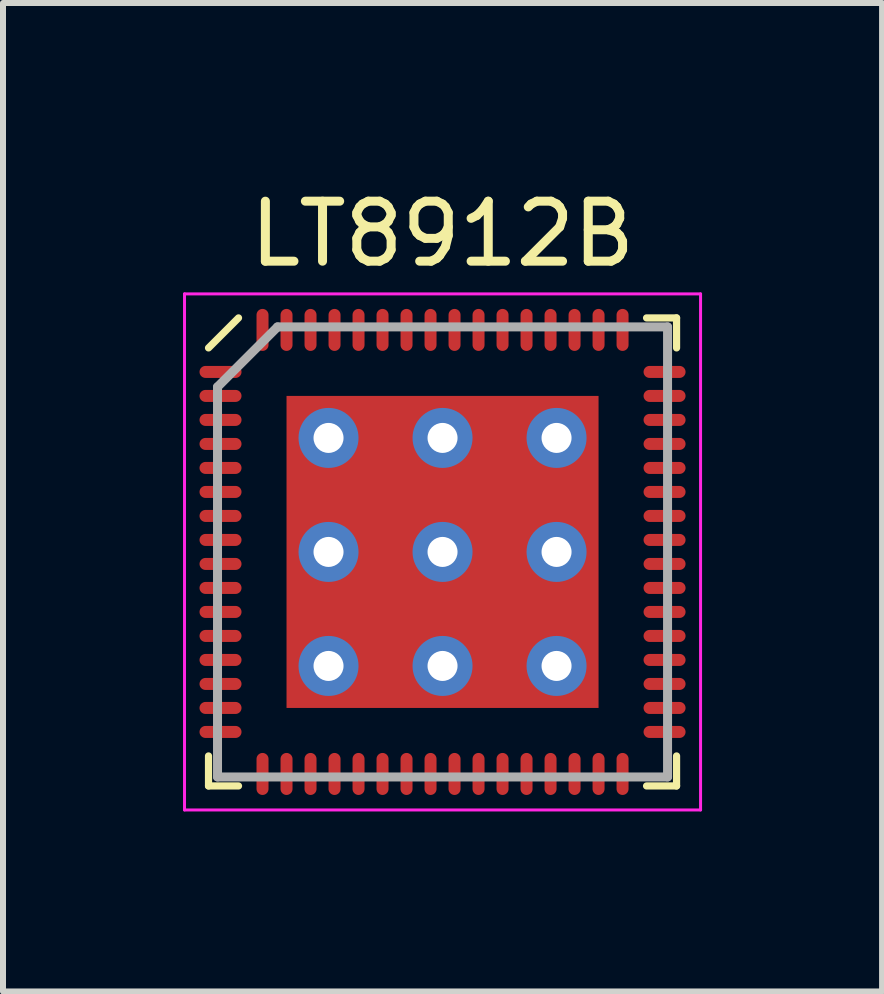
<source format=kicad_pcb>
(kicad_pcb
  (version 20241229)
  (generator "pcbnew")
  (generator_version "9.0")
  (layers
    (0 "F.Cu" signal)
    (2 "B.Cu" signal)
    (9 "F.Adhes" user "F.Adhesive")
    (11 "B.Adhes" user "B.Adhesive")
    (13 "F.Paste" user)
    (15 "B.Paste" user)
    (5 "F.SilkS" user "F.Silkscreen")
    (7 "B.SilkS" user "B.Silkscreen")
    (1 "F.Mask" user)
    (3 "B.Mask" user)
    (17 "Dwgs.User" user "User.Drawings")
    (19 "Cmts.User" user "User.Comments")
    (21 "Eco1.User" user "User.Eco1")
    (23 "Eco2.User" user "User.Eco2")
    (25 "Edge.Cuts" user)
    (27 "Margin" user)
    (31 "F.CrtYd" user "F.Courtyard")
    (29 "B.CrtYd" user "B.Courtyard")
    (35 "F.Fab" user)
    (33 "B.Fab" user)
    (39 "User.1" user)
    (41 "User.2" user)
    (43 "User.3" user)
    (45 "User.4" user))
  (footprint "LT8912B"
    (layer "F.Cu")
    (at 4.325 6.148)
    (property "Reference" "LT8912B" (at 0 -5.3 0) (layer "F.SilkS") (effects (font (size 1 1) (thickness 0.15))))
    (attr smd)
    (fp_line (start -3.9 3.9) (end -3.9 3.4) (stroke (width 0.12) (type default)) (layer "F.SilkS"))
    (fp_line (start -3.4 -3.9) (end -3.9 -3.4) (stroke (width 0.12) (type default)) (layer "F.SilkS"))
    (fp_line (start -3.4 3.9) (end -3.9 3.9) (stroke (width 0.12) (type default)) (layer "F.SilkS"))
    (fp_line (start 3.4 -3.9) (end 3.9 -3.9) (stroke (width 0.12) (type default)) (layer "F.SilkS"))
    (fp_line (start 3.4 3.9) (end 3.9 3.9) (stroke (width 0.12) (type default)) (layer "F.SilkS"))
    (fp_line (start 3.9 -3.9) (end 3.9 -3.4) (stroke (width 0.12) (type default)) (layer "F.SilkS"))
    (fp_line (start 3.9 3.9) (end 3.9 3.4) (stroke (width 0.12) (type default)) (layer "F.SilkS"))
    (fp_poly (pts (xy -2.2 -1.25) (xy -1.6 -1.25) (xy -1.6 -0.65) (xy -2.2 -0.65)) (stroke (width 0.1) (type solid)) (fill yes) (layer "F.Paste"))
    (fp_poly (pts (xy -2.2 0.65) (xy -1.6 0.65) (xy -1.6 1.25) (xy -2.2 1.25)) (stroke (width 0.1) (type solid)) (fill yes) (layer "F.Paste"))
    (fp_poly (pts (xy -1.25 -2.2) (xy -0.65 -2.2) (xy -0.65 -1.6) (xy -1.25 -1.6)) (stroke (width 0.1) (type solid)) (fill yes) (layer "F.Paste"))
    (fp_poly (pts (xy -1.25 -1.25) (xy -0.65 -1.25) (xy -0.65 -0.65) (xy -1.25 -0.65)) (stroke (width 0.1) (type solid)) (fill yes) (layer "F.Paste"))
    (fp_poly (pts (xy -1.25 -0.3) (xy -0.65 -0.3) (xy -0.65 0.3) (xy -1.25 0.3)) (stroke (width 0.1) (type solid)) (fill yes) (layer "F.Paste"))
    (fp_poly (pts (xy -1.25 0.65) (xy -0.65 0.65) (xy -0.65 1.25) (xy -1.25 1.25)) (stroke (width 0.1) (type solid)) (fill yes) (layer "F.Paste"))
    (fp_poly (pts (xy -1.25 1.6) (xy -0.65 1.6) (xy -0.65 2.2) (xy -1.25 2.2)) (stroke (width 0.1) (type solid)) (fill yes) (layer "F.Paste"))
    (fp_poly (pts (xy -0.3 -1.25) (xy 0.3 -1.25) (xy 0.3 -0.65) (xy -0.3 -0.65)) (stroke (width 0.1) (type solid)) (fill yes) (layer "F.Paste"))
    (fp_poly (pts (xy -0.3 0.65) (xy 0.3 0.65) (xy 0.3 1.25) (xy -0.3 1.25)) (stroke (width 0.1) (type solid)) (fill yes) (layer "F.Paste"))
    (fp_poly (pts (xy 0.65 -2.2) (xy 1.25 -2.2) (xy 1.25 -1.6) (xy 0.65 -1.6)) (stroke (width 0.1) (type solid)) (fill yes) (layer "F.Paste"))
    (fp_poly (pts (xy 0.65 -1.25) (xy 1.25 -1.25) (xy 1.25 -0.65) (xy 0.65 -0.65)) (stroke (width 0.1) (type solid)) (fill yes) (layer "F.Paste"))
    (fp_poly (pts (xy 0.65 -0.3) (xy 1.25 -0.3) (xy 1.25 0.3) (xy 0.65 0.3)) (stroke (width 0.1) (type solid)) (fill yes) (layer "F.Paste"))
    (fp_poly (pts (xy 0.65 0.65) (xy 1.25 0.65) (xy 1.25 1.25) (xy 0.65 1.25)) (stroke (width 0.1) (type solid)) (fill yes) (layer "F.Paste"))
    (fp_poly (pts (xy 0.65 1.6) (xy 1.25 1.6) (xy 1.25 2.2) (xy 0.65 2.2)) (stroke (width 0.1) (type solid)) (fill yes) (layer "F.Paste"))
    (fp_poly (pts (xy 1.6 -1.25) (xy 2.2 -1.25) (xy 2.2 -0.65) (xy 1.6 -0.65)) (stroke (width 0.1) (type solid)) (fill yes) (layer "F.Paste"))
    (fp_poly (pts (xy 1.6 0.65) (xy 2.2 0.65) (xy 2.2 1.25) (xy 1.6 1.25)) (stroke (width 0.1) (type solid)) (fill yes) (layer "F.Paste"))
    (fp_line (start -4.3 -4.3) (end 4.3 -4.3) (stroke (width 0.05) (type default)) (layer "F.CrtYd"))
    (fp_line (start -4.3 4.3) (end -4.3 -4.3) (stroke (width 0.05) (type default)) (layer "F.CrtYd"))
    (fp_line (start 4.3 -4.3) (end 4.3 4.3) (stroke (width 0.05) (type default)) (layer "F.CrtYd"))
    (fp_line (start 4.3 4.3) (end -4.3 4.3) (stroke (width 0.05) (type default)) (layer "F.CrtYd"))
    (fp_line (start -3.75 -2.75) (end -3.75 3.75) (stroke (width 0.15) (type default)) (layer "F.Fab"))
    (fp_line (start -3.75 3.75) (end 3.75 3.75) (stroke (width 0.15) (type default)) (layer "F.Fab"))
    (fp_line (start -2.75 -3.75) (end -3.75 -2.75) (stroke (width 0.15) (type default)) (layer "F.Fab"))
    (fp_line (start 3.75 -3.75) (end -2.75 -3.75) (stroke (width 0.15) (type default)) (layer "F.Fab"))
    (fp_line (start 3.75 3.75) (end 3.75 -3.75) (stroke (width 0.15) (type default)) (layer "F.Fab"))
    (pad "1" smd oval (at -3.7 -3 90) (size 0.2 0.7) (layers "F.Cu" "F.Mask" "F.Paste"))
    (pad "2" smd oval (at -3.7 -2.6 90) (size 0.2 0.7) (layers "F.Cu" "F.Mask" "F.Paste"))
    (pad "3" smd oval (at -3.7 -2.2 90) (size 0.2 0.7) (layers "F.Cu" "F.Mask" "F.Paste"))
    (pad "4" smd oval (at -3.7 -1.8 90) (size 0.2 0.7) (layers "F.Cu" "F.Mask" "F.Paste"))
    (pad "5" smd oval (at -3.7 -1.4 90) (size 0.2 0.7) (layers "F.Cu" "F.Mask" "F.Paste"))
    (pad "6" smd oval (at -3.7 -1 90) (size 0.2 0.7) (layers "F.Cu" "F.Mask" "F.Paste"))
    (pad "7" smd oval (at -3.7 -0.6 90) (size 0.2 0.7) (layers "F.Cu" "F.Mask" "F.Paste"))
    (pad "8" smd oval (at -3.7 -0.2 90) (size 0.2 0.7) (layers "F.Cu" "F.Mask" "F.Paste"))
    (pad "9" smd oval (at -3.7 0.2 90) (size 0.2 0.7) (layers "F.Cu" "F.Mask" "F.Paste"))
    (pad "10" smd oval (at -3.7 0.6 90) (size 0.2 0.7) (layers "F.Cu" "F.Mask" "F.Paste"))
    (pad "11" smd oval (at -3.7 1 90) (size 0.2 0.7) (layers "F.Cu" "F.Mask" "F.Paste"))
    (pad "12" smd oval (at -3.7 1.4 90) (size 0.2 0.7) (layers "F.Cu" "F.Mask" "F.Paste"))
    (pad "13" smd oval (at -3.7 1.8 90) (size 0.2 0.7) (layers "F.Cu" "F.Mask" "F.Paste"))
    (pad "14" smd oval (at -3.7 2.2 90) (size 0.2 0.7) (layers "F.Cu" "F.Mask" "F.Paste"))
    (pad "15" smd oval (at -3.7 2.6 90) (size 0.2 0.7) (layers "F.Cu" "F.Mask" "F.Paste"))
    (pad "16" smd oval (at -3.7 3 90) (size 0.2 0.7) (layers "F.Cu" "F.Mask" "F.Paste"))
    (pad "17" smd oval (at -3 3.7) (size 0.2 0.7) (layers "F.Cu" "F.Mask" "F.Paste"))
    (pad "18" smd oval (at -2.6 3.7) (size 0.2 0.7) (layers "F.Cu" "F.Mask" "F.Paste"))
    (pad "19" smd oval (at -2.2 3.7) (size 0.2 0.7) (layers "F.Cu" "F.Mask" "F.Paste"))
    (pad "20" smd oval (at -1.8 3.7) (size 0.2 0.7) (layers "F.Cu" "F.Mask" "F.Paste"))
    (pad "21" smd oval (at -1.4 3.7) (size 0.2 0.7) (layers "F.Cu" "F.Mask" "F.Paste"))
    (pad "22" smd oval (at -1 3.7) (size 0.2 0.7) (layers "F.Cu" "F.Mask" "F.Paste"))
    (pad "23" smd oval (at -0.6 3.7) (size 0.2 0.7) (layers "F.Cu" "F.Mask" "F.Paste"))
    (pad "24" smd oval (at -0.2 3.7) (size 0.2 0.7) (layers "F.Cu" "F.Mask" "F.Paste"))
    (pad "25" smd oval (at 0.2 3.7) (size 0.2 0.7) (layers "F.Cu" "F.Mask" "F.Paste"))
    (pad "26" smd oval (at 0.6 3.7) (size 0.2 0.7) (layers "F.Cu" "F.Mask" "F.Paste"))
    (pad "27" smd oval (at 1 3.7) (size 0.2 0.7) (layers "F.Cu" "F.Mask" "F.Paste"))
    (pad "28" smd oval (at 1.4 3.7) (size 0.2 0.7) (layers "F.Cu" "F.Mask" "F.Paste"))
    (pad "29" smd oval (at 1.8 3.7) (size 0.2 0.7) (layers "F.Cu" "F.Mask" "F.Paste"))
    (pad "30" smd oval (at 2.2 3.7) (size 0.2 0.7) (layers "F.Cu" "F.Mask" "F.Paste"))
    (pad "31" smd oval (at 2.6 3.7) (size 0.2 0.7) (layers "F.Cu" "F.Mask" "F.Paste"))
    (pad "32" smd oval (at 3 3.7) (size 0.2 0.7) (layers "F.Cu" "F.Mask" "F.Paste"))
    (pad "33" smd oval (at 3.7 3 90) (size 0.2 0.7) (layers "F.Cu" "F.Mask" "F.Paste"))
    (pad "34" smd oval (at 3.7 2.6 90) (size 0.2 0.7) (layers "F.Cu" "F.Mask" "F.Paste"))
    (pad "35" smd oval (at 3.7 2.2 90) (size 0.2 0.7) (layers "F.Cu" "F.Mask" "F.Paste"))
    (pad "36" smd oval (at 3.7 1.8 90) (size 0.2 0.7) (layers "F.Cu" "F.Mask" "F.Paste"))
    (pad "37" smd oval (at 3.7 1.4 90) (size 0.2 0.7) (layers "F.Cu" "F.Mask" "F.Paste"))
    (pad "38" smd oval (at 3.7 1 90) (size 0.2 0.7) (layers "F.Cu" "F.Mask" "F.Paste"))
    (pad "39" smd oval (at 3.7 0.6 90) (size 0.2 0.7) (layers "F.Cu" "F.Mask" "F.Paste"))
    (pad "40" smd oval (at 3.7 0.2 90) (size 0.2 0.7) (layers "F.Cu" "F.Mask" "F.Paste"))
    (pad "41" smd oval (at 3.7 -0.2 90) (size 0.2 0.7) (layers "F.Cu" "F.Mask" "F.Paste"))
    (pad "42" smd oval (at 3.7 -0.6 90) (size 0.2 0.7) (layers "F.Cu" "F.Mask" "F.Paste"))
    (pad "43" smd oval (at 3.7 -1 90) (size 0.2 0.7) (layers "F.Cu" "F.Mask" "F.Paste"))
    (pad "44" smd oval (at 3.7 -1.4 90) (size 0.2 0.7) (layers "F.Cu" "F.Mask" "F.Paste"))
    (pad "45" smd oval (at 3.7 -1.8 90) (size 0.2 0.7) (layers "F.Cu" "F.Mask" "F.Paste"))
    (pad "46" smd oval (at 3.7 -2.2 90) (size 0.2 0.7) (layers "F.Cu" "F.Mask" "F.Paste"))
    (pad "47" smd oval (at 3.7 -2.6 90) (size 0.2 0.7) (layers "F.Cu" "F.Mask" "F.Paste"))
    (pad "48" smd oval (at 3.7 -3 90) (size 0.2 0.7) (layers "F.Cu" "F.Mask" "F.Paste"))
    (pad "49" smd oval (at 3 -3.7) (size 0.2 0.7) (layers "F.Cu" "F.Mask" "F.Paste"))
    (pad "50" smd oval (at 2.6 -3.7) (size 0.2 0.7) (layers "F.Cu" "F.Mask" "F.Paste"))
    (pad "51" smd oval (at 2.2 -3.7) (size 0.2 0.7) (layers "F.Cu" "F.Mask" "F.Paste"))
    (pad "52" smd oval (at 1.8 -3.7) (size 0.2 0.7) (layers "F.Cu" "F.Mask" "F.Paste"))
    (pad "53" smd oval (at 1.4 -3.7) (size 0.2 0.7) (layers "F.Cu" "F.Mask" "F.Paste"))
    (pad "54" smd oval (at 1 -3.7) (size 0.2 0.7) (layers "F.Cu" "F.Mask" "F.Paste"))
    (pad "55" smd oval (at 0.6 -3.7) (size 0.2 0.7) (layers "F.Cu" "F.Mask" "F.Paste"))
    (pad "56" smd oval (at 0.2 -3.7) (size 0.2 0.7) (layers "F.Cu" "F.Mask" "F.Paste"))
    (pad "57" smd oval (at -0.2 -3.7) (size 0.2 0.7) (layers "F.Cu" "F.Mask" "F.Paste"))
    (pad "58" smd oval (at -0.6 -3.7) (size 0.2 0.7) (layers "F.Cu" "F.Mask" "F.Paste"))
    (pad "59" smd oval (at -1 -3.7) (size 0.2 0.7) (layers "F.Cu" "F.Mask" "F.Paste"))
    (pad "60" smd oval (at -1.4 -3.7) (size 0.2 0.7) (layers "F.Cu" "F.Mask" "F.Paste"))
    (pad "61" smd oval (at -1.8 -3.7) (size 0.2 0.7) (layers "F.Cu" "F.Mask" "F.Paste"))
    (pad "62" smd oval (at -2.2 -3.7) (size 0.2 0.7) (layers "F.Cu" "F.Mask" "F.Paste"))
    (pad "63" smd oval (at -2.6 -3.7) (size 0.2 0.7) (layers "F.Cu" "F.Mask" "F.Paste"))
    (pad "64" smd oval (at -3 -3.7) (size 0.2 0.7) (layers "F.Cu" "F.Mask" "F.Paste"))
    (pad "65" thru_hole circle (at -1.9 -1.9) (size 1 1) (drill 0.5) (layers "*.Cu" "*.Mask"))
    (pad "65" thru_hole circle (at -1.9 0) (size 1 1) (drill 0.5) (layers "*.Cu" "*.Mask"))
    (pad "65" thru_hole circle (at -1.9 1.9) (size 1 1) (drill 0.5) (layers "*.Cu" "*.Mask"))
    (pad "65" thru_hole circle (at 0 -1.9) (size 1 1) (drill 0.5) (layers "*.Cu" "*.Mask"))
    (pad "65" thru_hole circle (at 0 0) (size 1 1) (drill 0.5) (layers "*.Cu" "*.Mask"))
    (pad "65" smd rect (at 0 0) (size 5.2 5.2) (layers "F.Cu" "F.Mask" "F.Paste"))
    (pad "65" thru_hole circle (at 0 1.9) (size 1 1) (drill 0.5) (layers "*.Cu" "*.Mask"))
    (pad "65" thru_hole circle (at 1.9 -1.9) (size 1 1) (drill 0.5) (layers "*.Cu" "*.Mask"))
    (pad "65" thru_hole circle (at 1.9 0) (size 1 1) (drill 0.5) (layers "*.Cu" "*.Mask"))
    (pad "65" thru_hole circle (at 1.9 1.9) (size 1 1) (drill 0.5) (layers "*.Cu" "*.Mask")))
  (gr_rect
    (start -3 -3)
    (end 11.65 13.473)
    (stroke (width 0.1) (type default))
    (fill no)
    (layer "Edge.Cuts")))
</source>
